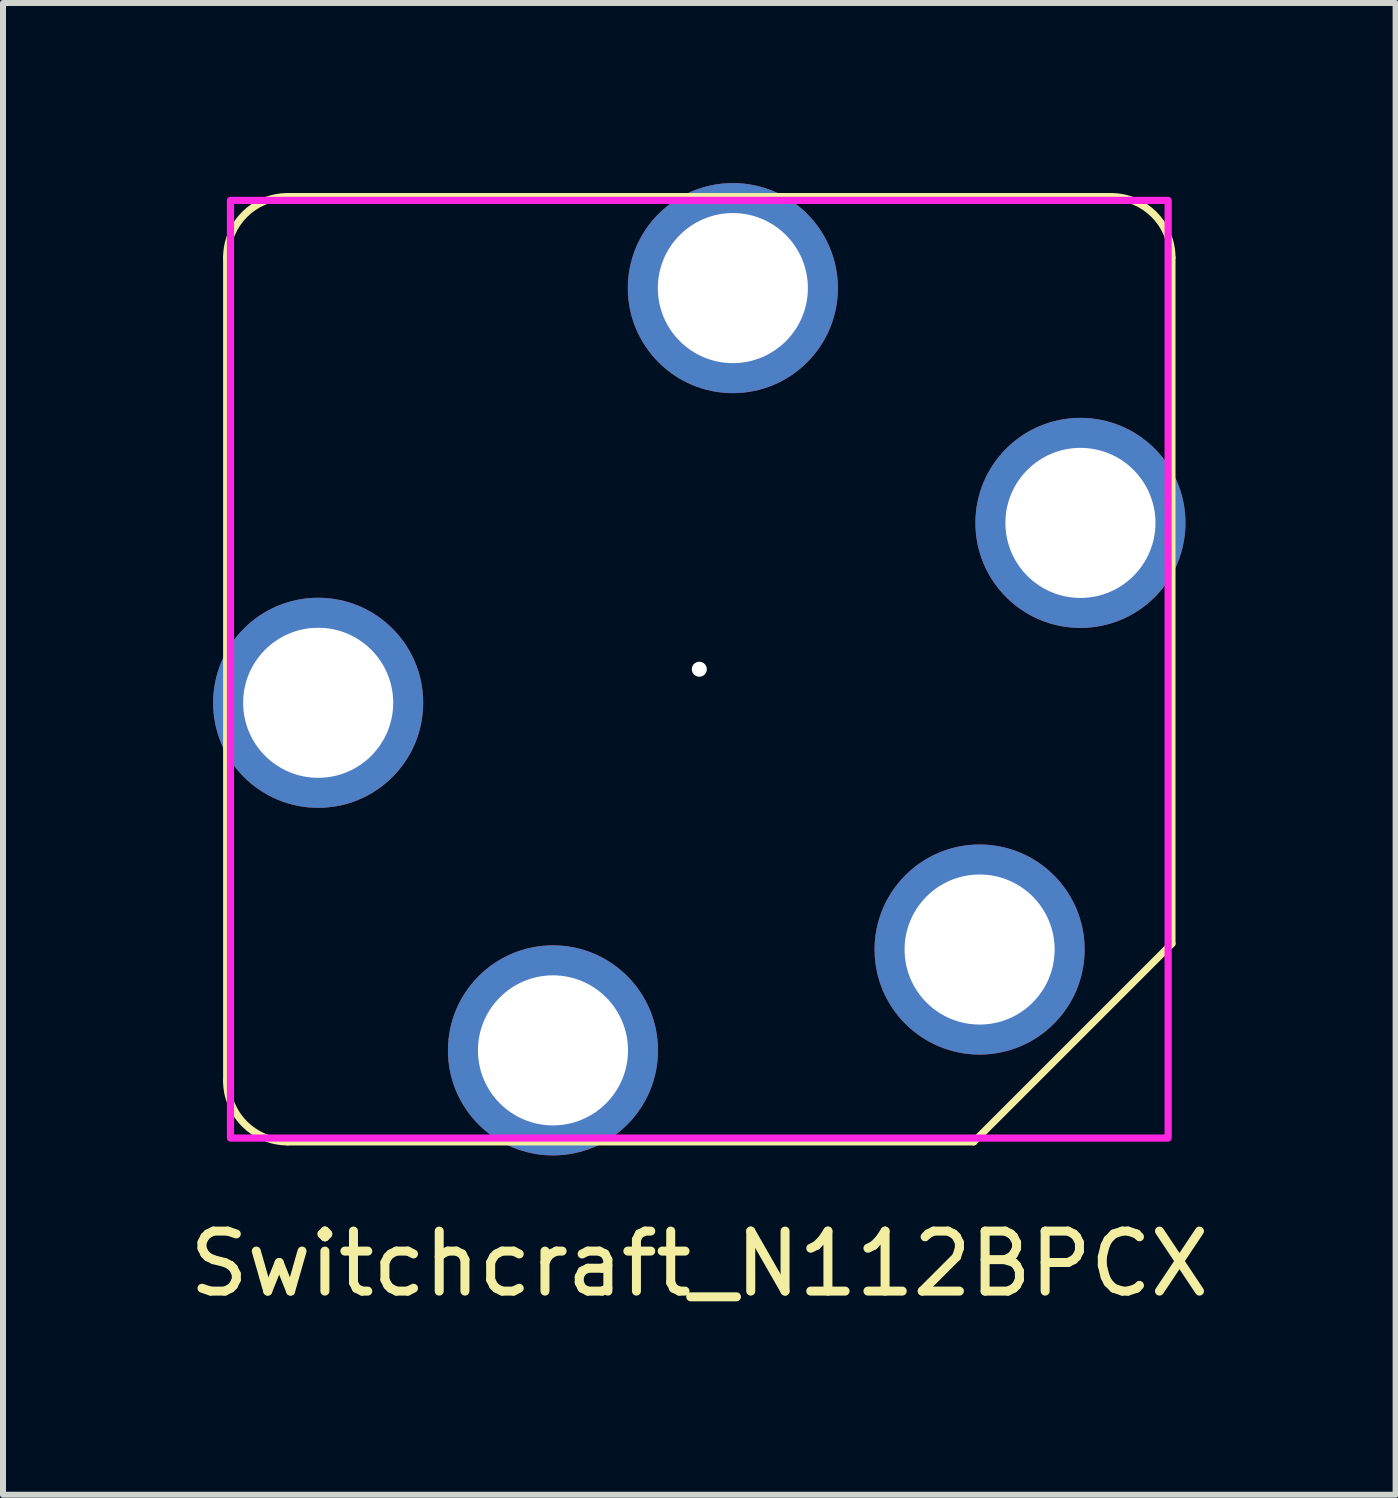
<source format=kicad_pcb>
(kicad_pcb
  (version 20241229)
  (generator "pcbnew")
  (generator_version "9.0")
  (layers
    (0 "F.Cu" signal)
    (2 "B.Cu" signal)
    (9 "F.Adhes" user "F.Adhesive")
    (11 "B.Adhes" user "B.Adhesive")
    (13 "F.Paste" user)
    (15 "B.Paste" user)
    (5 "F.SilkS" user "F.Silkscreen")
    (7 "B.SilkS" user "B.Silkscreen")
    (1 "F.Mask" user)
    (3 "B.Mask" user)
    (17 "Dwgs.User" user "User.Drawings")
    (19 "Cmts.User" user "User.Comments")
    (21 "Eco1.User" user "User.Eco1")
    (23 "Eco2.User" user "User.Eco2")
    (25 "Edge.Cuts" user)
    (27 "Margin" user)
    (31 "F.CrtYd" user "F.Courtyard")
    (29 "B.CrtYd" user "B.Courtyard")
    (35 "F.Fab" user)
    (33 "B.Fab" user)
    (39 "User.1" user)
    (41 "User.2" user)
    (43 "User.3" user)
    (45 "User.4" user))
  (footprint "Switchcraft_N112BPCX"
    (layer "F.Cu")
    (at 8.601 8.1)
    (property "Reference" "Switchcraft_N112BPCX" (at 0 9.906 0) (unlocked yes) (layer "F.SilkS") (effects (font (size 1 1) (thickness 0.15))))
    (attr through_hole)
    (fp_line (start -7.874 -6.858) (end -7.874 6.858) (stroke (width 0.12) (type default)) (layer "F.SilkS"))
    (fp_line (start -6.858 7.874) (end 4.572 7.874) (stroke (width 0.12) (type default)) (layer "F.SilkS"))
    (fp_line (start 4.572 7.874) (end 7.874 4.572) (stroke (width 0.12) (type default)) (layer "F.SilkS"))
    (fp_line (start 6.858 -7.874) (end -6.858 -7.874) (stroke (width 0.12) (type default)) (layer "F.SilkS"))
    (fp_line (start 7.874 4.572) (end 7.874 -6.858) (stroke (width 0.12) (type default)) (layer "F.SilkS"))
    (fp_arc (start -7.874 -6.858) (mid -7.57642 -7.57642) (end -6.858 -7.874) (stroke (width 0.12) (type default)) (layer "F.SilkS"))
    (fp_arc (start -6.858 7.874) (mid -7.57642 7.57642) (end -7.874 6.858) (stroke (width 0.12) (type default)) (layer "F.SilkS"))
    (fp_arc (start 6.858 -7.874) (mid 7.57642 -7.57642) (end 7.874 -6.858) (stroke (width 0.12) (type default)) (layer "F.SilkS"))
    (fp_rect (start -7.811 7.811) (end 7.811 -7.811) (stroke (width 0.12) (type default)) (fill no) (layer "F.CrtYd"))
    (pad "" np_thru_hole circle (at 0 0) (size 0.25 0.25) (drill 6.35) (layers "*.Cu" "*.Mask"))
    (pad "R" thru_hole circle (at 0.559 -6.35) (size 3.5 3.5) (drill 2.5) (layers "*.Cu" "*.Mask"))
    (pad "RS" thru_hole circle (at 6.35 -2.438) (size 3.5 3.5) (drill 2.5) (layers "*.Cu" "*.Mask"))
    (pad "SLV" thru_hole circle (at 4.67 4.67) (size 3.5 3.5) (drill 2.5) (layers "*.Cu" "*.Mask"))
    (pad "T" thru_hole circle (at -6.35 0.559) (size 3.5 3.5) (drill 2.5) (layers "*.Cu" "*.Mask"))
    (pad "TS" thru_hole circle (at -2.438 6.35) (size 3.5 3.5) (drill 2.5) (layers "*.Cu" "*.Mask")))
  (gr_rect
    (start -3 -3)
    (end 20.202 21.854)
    (stroke (width 0.1) (type default))
    (fill no)
    (layer "Edge.Cuts")))
</source>
